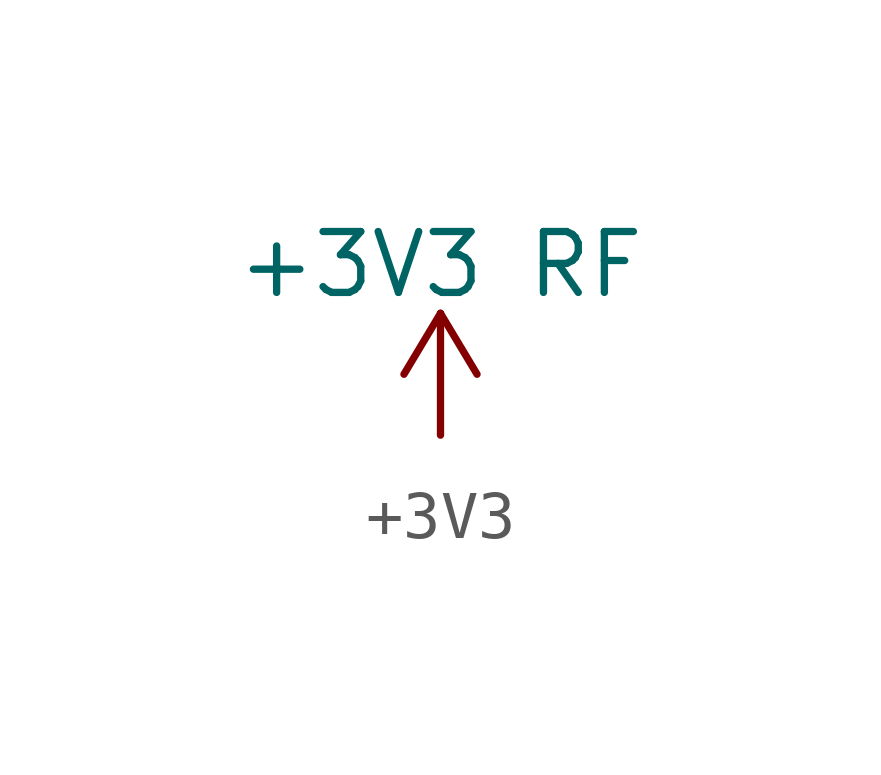
<source format=kicad_sym>
(kicad_symbol_lib
  (version 20220914)
  (generator kicad_symbol_editor)
  (symbol "+3V3"
    (power)
    (pin_names
      (offset 0))
    (property "Reference" "#PWR"
      (at 0 -3.81 0)
      (effects (font (size 1.27 1.27)) hide))
    (property "Value" "+3V3 RF"
      (at 0 3.556 0)
      (effects (font (size 1.27 1.27))))
    (symbol "+3V3_0_1"
      (polyline (pts (xy -0.762 1.27) (xy 0 2.54)) (stroke (width 0) (type default)) (fill (type none)))
      (polyline (pts (xy 0 0) (xy 0 2.54)) (stroke (width 0) (type default)) (fill (type none)))
      (polyline (pts (xy 0 2.54) (xy 0.762 1.27)) (stroke (width 0) (type default)) (fill (type none))))
    (symbol "+3V3_1_1"
      (pin power_in line (at 0 0 90) (length 0) hide (name "+3V3_RF" (effects (font (size 1.27 1.27)))) (number "1" (effects (font (size 1.27 1.27))))))))
</source>
